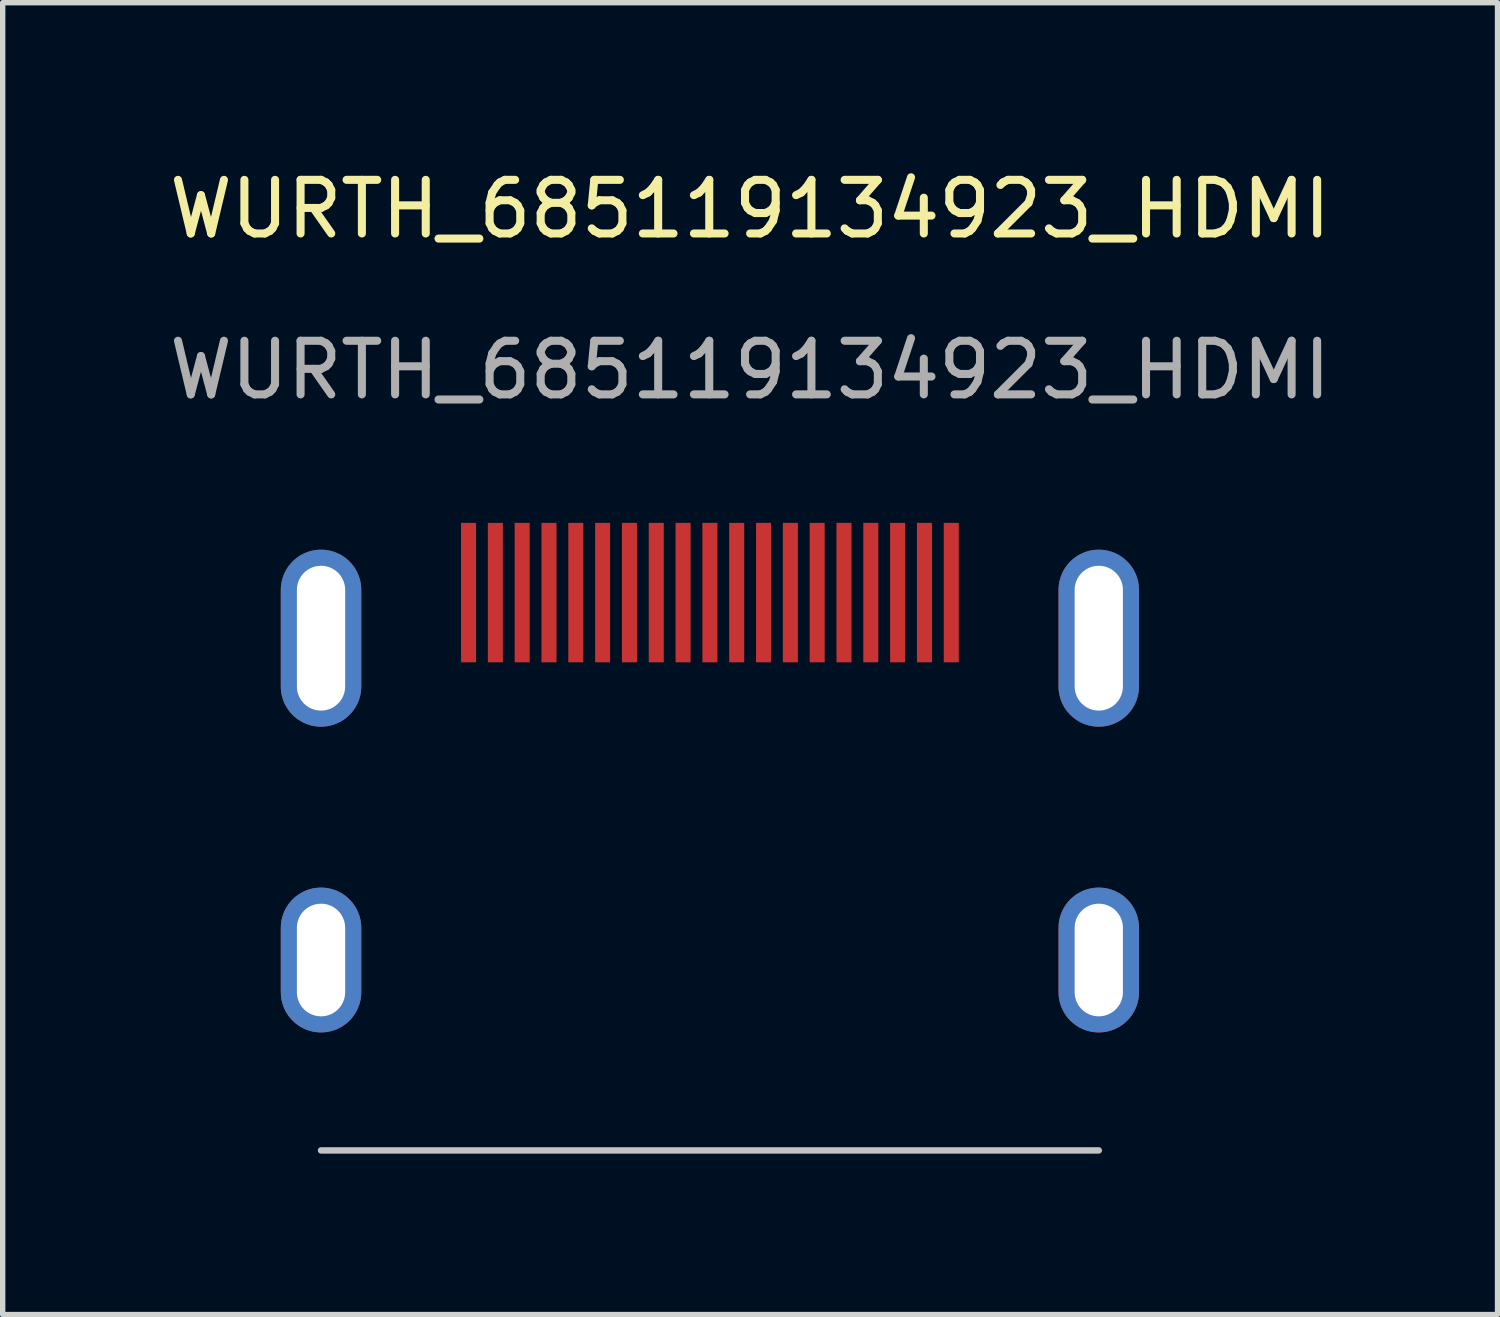
<source format=kicad_pcb>
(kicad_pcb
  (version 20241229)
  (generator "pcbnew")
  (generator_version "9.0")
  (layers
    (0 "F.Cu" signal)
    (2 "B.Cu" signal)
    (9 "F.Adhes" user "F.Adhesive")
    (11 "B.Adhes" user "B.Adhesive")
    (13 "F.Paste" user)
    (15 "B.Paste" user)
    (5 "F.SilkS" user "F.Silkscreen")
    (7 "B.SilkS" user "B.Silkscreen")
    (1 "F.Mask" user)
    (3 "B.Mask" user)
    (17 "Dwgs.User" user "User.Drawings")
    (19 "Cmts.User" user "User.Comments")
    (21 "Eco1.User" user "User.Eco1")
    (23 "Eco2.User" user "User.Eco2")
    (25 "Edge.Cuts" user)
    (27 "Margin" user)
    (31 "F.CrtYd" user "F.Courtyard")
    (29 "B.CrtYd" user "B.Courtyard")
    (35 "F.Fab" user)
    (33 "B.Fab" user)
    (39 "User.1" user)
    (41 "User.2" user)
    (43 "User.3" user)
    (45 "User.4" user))
  (footprint "WURTH_685119134923_HDMI"
    (layer "F.Cu")
    (at 10.185 7.998)
    (property "Reference" "WURTH_685119134923_HDMI" (at 0.75 -7.15 0) (unlocked yes) (layer "F.SilkS") (effects (font (size 1 1) (thickness 0.15))))
    (fp_line (start -7.25 10.4) (end 7.25 10.4) (stroke (width 0.12) (type solid)) (layer "Dwgs.User"))
    (fp_text user "${REFERENCE}" (at 0.75 -4.15 0) (unlocked yes) (layer "F.Fab") (effects (font (size 1 1) (thickness 0.15))))
    (pad "1" smd rect (at 4.5 0) (size 0.28 2.6) (layers "F.Cu" "F.Mask" "F.Paste"))
    (pad "2" smd rect (at 4 0) (size 0.28 2.6) (layers "F.Cu" "F.Mask" "F.Paste"))
    (pad "3" smd rect (at 3.5 0) (size 0.28 2.6) (layers "F.Cu" "F.Mask" "F.Paste"))
    (pad "4" smd rect (at 3 0) (size 0.28 2.6) (layers "F.Cu" "F.Mask" "F.Paste"))
    (pad "5" smd rect (at 2.5 0) (size 0.28 2.6) (layers "F.Cu" "F.Mask" "F.Paste"))
    (pad "6" smd rect (at 2 0) (size 0.28 2.6) (layers "F.Cu" "F.Mask" "F.Paste"))
    (pad "7" smd rect (at 1.5 0) (size 0.28 2.6) (layers "F.Cu" "F.Mask" "F.Paste"))
    (pad "8" smd rect (at 1 0) (size 0.28 2.6) (layers "F.Cu" "F.Mask" "F.Paste"))
    (pad "9" smd rect (at 0.5 0) (size 0.28 2.6) (layers "F.Cu" "F.Mask" "F.Paste"))
    (pad "10" smd rect (at 0 0) (size 0.28 2.6) (layers "F.Cu" "F.Mask" "F.Paste"))
    (pad "11" smd rect (at -0.5 0) (size 0.28 2.6) (layers "F.Cu" "F.Mask" "F.Paste"))
    (pad "12" smd rect (at -1 0) (size 0.28 2.6) (layers "F.Cu" "F.Mask" "F.Paste"))
    (pad "13" smd rect (at -1.5 0) (size 0.28 2.6) (layers "F.Cu" "F.Mask" "F.Paste"))
    (pad "14" smd rect (at -2 0) (size 0.28 2.6) (layers "F.Cu" "F.Mask" "F.Paste"))
    (pad "15" smd rect (at -2.5 0) (size 0.28 2.6) (layers "F.Cu" "F.Mask" "F.Paste"))
    (pad "16" smd rect (at -3 0) (size 0.28 2.6) (layers "F.Cu" "F.Mask" "F.Paste"))
    (pad "17" smd rect (at -3.5 0) (size 0.28 2.6) (layers "F.Cu" "F.Mask" "F.Paste"))
    (pad "18" smd rect (at -4 0) (size 0.28 2.6) (layers "F.Cu" "F.Mask" "F.Paste"))
    (pad "19" smd rect (at -4.5 0) (size 0.28 2.6) (layers "F.Cu" "F.Mask" "F.Paste"))
    (pad "SH" thru_hole oval (at -7.25 0.85) (size 1.5 3.3) (drill oval 0.9 2.7) (layers "*.Cu" "*.Mask"))
    (pad "SH" thru_hole oval (at -7.25 6.85) (size 1.5 2.7) (drill oval 0.9 2.1) (layers "*.Cu" "*.Mask"))
    (pad "SH" thru_hole oval (at 7.25 0.85) (size 1.5 3.3) (drill oval 0.9 2.7) (layers "*.Cu" "*.Mask"))
    (pad "SH" thru_hole oval (at 7.25 6.85) (size 1.5 2.7) (drill oval 0.9 2.1) (layers "*.Cu" "*.Mask")))
  (gr_rect
    (start -3 -3)
    (end 24.869 21.458)
    (stroke (width 0.1) (type default))
    (fill no)
    (layer "Edge.Cuts")))
</source>
